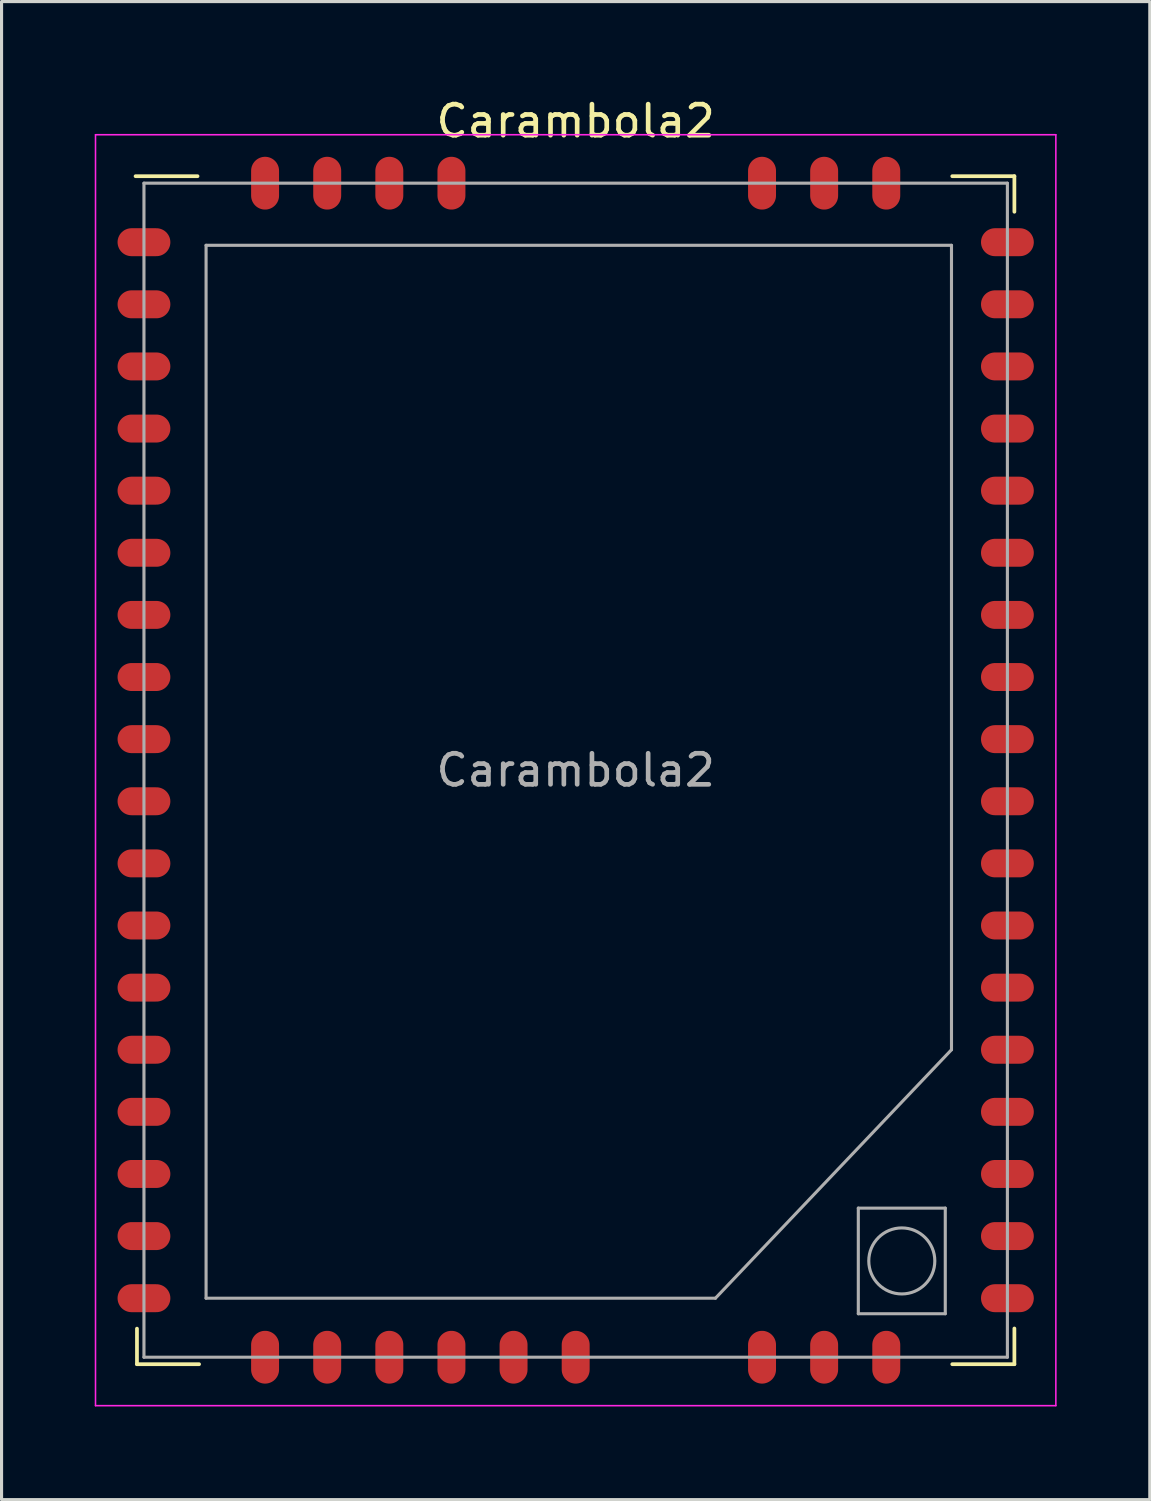
<source format=kicad_pcb>
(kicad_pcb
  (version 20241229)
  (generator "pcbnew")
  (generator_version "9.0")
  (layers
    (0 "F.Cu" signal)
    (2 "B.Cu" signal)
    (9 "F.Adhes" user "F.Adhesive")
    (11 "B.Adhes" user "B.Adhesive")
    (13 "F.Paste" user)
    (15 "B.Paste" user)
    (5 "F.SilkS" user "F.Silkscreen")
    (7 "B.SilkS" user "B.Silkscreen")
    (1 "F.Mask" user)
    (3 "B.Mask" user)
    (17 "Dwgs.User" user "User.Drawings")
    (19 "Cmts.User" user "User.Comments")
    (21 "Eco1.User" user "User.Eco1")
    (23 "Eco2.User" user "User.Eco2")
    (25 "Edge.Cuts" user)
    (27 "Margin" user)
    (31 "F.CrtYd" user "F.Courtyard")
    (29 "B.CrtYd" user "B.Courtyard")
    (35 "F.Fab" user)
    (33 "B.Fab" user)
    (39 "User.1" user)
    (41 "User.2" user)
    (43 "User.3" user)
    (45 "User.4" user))
  (footprint "Carambola2"
    (layer "F.Cu")
    (at 15.485 21.748)
    (property "Reference" "Carambola2" (at 0 -20.9 0) (layer "F.SilkS") (effects (font (size 1 1) (thickness 0.15))))
    (attr smd)
    (fp_line (start -14.17 -19.125) (end -12.175 -19.125) (stroke (width 0.12) (type solid)) (layer "F.SilkS"))
    (fp_line (start -14.125 17.98) (end -14.125 19.125) (stroke (width 0.12) (type solid)) (layer "F.SilkS"))
    (fp_line (start -12.125 19.125) (end -14.125 19.125) (stroke (width 0.12) (type solid)) (layer "F.SilkS"))
    (fp_line (start 12.125 -19.125) (end 14.125 -19.125) (stroke (width 0.12) (type solid)) (layer "F.SilkS"))
    (fp_line (start 12.125 19.125) (end 14.125 19.125) (stroke (width 0.12) (type solid)) (layer "F.SilkS"))
    (fp_line (start 14.125 -17.98) (end 14.125 -19.125) (stroke (width 0.12) (type solid)) (layer "F.SilkS"))
    (fp_line (start 14.125 17.975) (end 14.125 19.125) (stroke (width 0.12) (type solid)) (layer "F.SilkS"))
    (fp_line (start -15.46 -20.46) (end 15.46 -20.46) (stroke (width 0.05) (type solid)) (layer "F.CrtYd"))
    (fp_line (start -15.46 20.46) (end -15.46 -20.46) (stroke (width 0.05) (type solid)) (layer "F.CrtYd"))
    (fp_line (start 15.46 -20.46) (end 15.46 20.46) (stroke (width 0.05) (type solid)) (layer "F.CrtYd"))
    (fp_line (start 15.46 20.46) (end -15.46 20.46) (stroke (width 0.05) (type solid)) (layer "F.CrtYd"))
    (fp_line (start -13.9 -18.9) (end -13.9 18.9) (stroke (width 0.1) (type solid)) (layer "F.Fab"))
    (fp_line (start -13.9 18.9) (end 13.9 18.9) (stroke (width 0.1) (type solid)) (layer "F.Fab"))
    (fp_line (start -11.9 -16.9) (end -11.9 17) (stroke (width 0.1) (type solid)) (layer "F.Fab"))
    (fp_line (start -11.9 17) (end 4.5 17) (stroke (width 0.1) (type solid)) (layer "F.Fab"))
    (fp_line (start 4.5 17) (end 12.1 9) (stroke (width 0.1) (type solid)) (layer "F.Fab"))
    (fp_line (start 9.1 14.1) (end 11.9 14.1) (stroke (width 0.1) (type solid)) (layer "F.Fab"))
    (fp_line (start 9.1 17.5) (end 9.1 14.1) (stroke (width 0.1) (type solid)) (layer "F.Fab"))
    (fp_line (start 11.9 14.1) (end 11.9 17.5) (stroke (width 0.1) (type solid)) (layer "F.Fab"))
    (fp_line (start 11.9 17.5) (end 9.1 17.5) (stroke (width 0.1) (type solid)) (layer "F.Fab"))
    (fp_line (start 12.1 -16.9) (end -11.9 -16.9) (stroke (width 0.1) (type solid)) (layer "F.Fab"))
    (fp_line (start 12.1 9) (end 12.1 -16.9) (stroke (width 0.1) (type solid)) (layer "F.Fab"))
    (fp_line (start 13.9 -18.9) (end -13.9 -18.9) (stroke (width 0.1) (type solid)) (layer "F.Fab"))
    (fp_line (start 13.9 18.9) (end 13.9 -18.9) (stroke (width 0.1) (type solid)) (layer "F.Fab"))
    (fp_circle (center 10.5 15.8) (end 10.5 16.863) (stroke (width 0.1) (type solid)) (fill no) (layer "F.Fab"))
    (fp_text user "${REFERENCE}" (at 0 0 0) (layer "F.Fab") (effects (font (size 1 1) (thickness 0.15))))
    (pad "" smd custom (at -13.5 -17 180) (size 0.9 0.9) (layers "F.Paste") (options (anchor circle)) (primitives (gr_poly (pts (xy 1.27 0.45) (xy -0.01 0.45) (xy -0.01 -0.45) (xy 1.27 -0.45)) (width 0) (fill yes)) (gr_poly (pts (xy 1.63 0.63) (xy 0.76 0.63) (xy 0.76 -0.63) (xy 1.63 -0.63)) (width 0.2) (fill yes))))
    (pad "" smd custom (at -13.5 -15 180) (size 0.9 0.9) (layers "F.Paste") (options (anchor circle)) (primitives (gr_poly (pts (xy 1.27 0.45) (xy -0.01 0.45) (xy -0.01 -0.45) (xy 1.27 -0.45)) (width 0) (fill yes)) (gr_poly (pts (xy 1.63 0.63) (xy 0.76 0.63) (xy 0.76 -0.63) (xy 1.63 -0.63)) (width 0.2) (fill yes))))
    (pad "" smd custom (at -13.5 -13 180) (size 0.9 0.9) (layers "F.Paste") (options (anchor circle)) (primitives (gr_poly (pts (xy 1.27 0.45) (xy -0.01 0.45) (xy -0.01 -0.45) (xy 1.27 -0.45)) (width 0) (fill yes)) (gr_poly (pts (xy 1.63 0.63) (xy 0.76 0.63) (xy 0.76 -0.63) (xy 1.63 -0.63)) (width 0.2) (fill yes))))
    (pad "" smd custom (at -13.5 -9 180) (size 0.9 0.9) (layers "F.Paste") (options (anchor circle)) (primitives (gr_poly (pts (xy 1.27 0.45) (xy -0.01 0.45) (xy -0.01 -0.45) (xy 1.27 -0.45)) (width 0) (fill yes)) (gr_poly (pts (xy 1.63 0.63) (xy 0.76 0.63) (xy 0.76 -0.63) (xy 1.63 -0.63)) (width 0.2) (fill yes))))
    (pad "" smd custom (at -13.5 -7 180) (size 0.9 0.9) (layers "F.Paste") (options (anchor circle)) (primitives (gr_poly (pts (xy 1.27 0.45) (xy -0.01 0.45) (xy -0.01 -0.45) (xy 1.27 -0.45)) (width 0) (fill yes)) (gr_poly (pts (xy 1.63 0.63) (xy 0.76 0.63) (xy 0.76 -0.63) (xy 1.63 -0.63)) (width 0.2) (fill yes))))
    (pad "" smd custom (at -13.5 -5 180) (size 0.9 0.9) (layers "F.Paste") (options (anchor circle)) (primitives (gr_poly (pts (xy 1.27 0.45) (xy -0.01 0.45) (xy -0.01 -0.45) (xy 1.27 -0.45)) (width 0) (fill yes)) (gr_poly (pts (xy 1.63 0.63) (xy 0.76 0.63) (xy 0.76 -0.63) (xy 1.63 -0.63)) (width 0.2) (fill yes))))
    (pad "" smd custom (at -13.5 -3 180) (size 0.9 0.9) (layers "F.Paste") (options (anchor circle)) (primitives (gr_poly (pts (xy 1.27 0.45) (xy -0.01 0.45) (xy -0.01 -0.45) (xy 1.27 -0.45)) (width 0) (fill yes)) (gr_poly (pts (xy 1.63 0.63) (xy 0.76 0.63) (xy 0.76 -0.63) (xy 1.63 -0.63)) (width 0.2) (fill yes))))
    (pad "" smd custom (at -13.5 -1 180) (size 0.9 0.9) (layers "F.Paste") (options (anchor circle)) (primitives (gr_poly (pts (xy 1.27 0.45) (xy -0.01 0.45) (xy -0.01 -0.45) (xy 1.27 -0.45)) (width 0) (fill yes)) (gr_poly (pts (xy 1.63 0.63) (xy 0.76 0.63) (xy 0.76 -0.63) (xy 1.63 -0.63)) (width 0.2) (fill yes))))
    (pad "" smd custom (at -13.5 1 180) (size 0.9 0.9) (layers "F.Paste") (options (anchor circle)) (primitives (gr_poly (pts (xy 1.27 0.45) (xy -0.01 0.45) (xy -0.01 -0.45) (xy 1.27 -0.45)) (width 0) (fill yes)) (gr_poly (pts (xy 1.63 0.63) (xy 0.76 0.63) (xy 0.76 -0.63) (xy 1.63 -0.63)) (width 0.2) (fill yes))))
    (pad "" smd custom (at -13.5 3 180) (size 0.9 0.9) (layers "F.Paste") (options (anchor circle)) (primitives (gr_poly (pts (xy 1.27 0.45) (xy -0.01 0.45) (xy -0.01 -0.45) (xy 1.27 -0.45)) (width 0) (fill yes)) (gr_poly (pts (xy 1.63 0.63) (xy 0.76 0.63) (xy 0.76 -0.63) (xy 1.63 -0.63)) (width 0.2) (fill yes))))
    (pad "" smd custom (at -13.5 5 180) (size 0.9 0.9) (layers "F.Paste") (options (anchor circle)) (primitives (gr_poly (pts (xy 1.27 0.45) (xy -0.01 0.45) (xy -0.01 -0.45) (xy 1.27 -0.45)) (width 0) (fill yes)) (gr_poly (pts (xy 1.63 0.63) (xy 0.76 0.63) (xy 0.76 -0.63) (xy 1.63 -0.63)) (width 0.2) (fill yes))))
    (pad "" smd custom (at -13.5 7 180) (size 0.9 0.9) (layers "F.Paste") (options (anchor circle)) (primitives (gr_poly (pts (xy 1.27 0.45) (xy -0.01 0.45) (xy -0.01 -0.45) (xy 1.27 -0.45)) (width 0) (fill yes)) (gr_poly (pts (xy 1.63 0.63) (xy 0.76 0.63) (xy 0.76 -0.63) (xy 1.63 -0.63)) (width 0.2) (fill yes))))
    (pad "" smd custom (at -13.5 9 180) (size 0.9 0.9) (layers "F.Paste") (options (anchor circle)) (primitives (gr_poly (pts (xy 1.27 0.45) (xy -0.01 0.45) (xy -0.01 -0.45) (xy 1.27 -0.45)) (width 0) (fill yes)) (gr_poly (pts (xy 1.63 0.63) (xy 0.76 0.63) (xy 0.76 -0.63) (xy 1.63 -0.63)) (width 0.2) (fill yes))))
    (pad "" smd custom (at -13.5 11 180) (size 0.9 0.9) (layers "F.Paste") (options (anchor circle)) (primitives (gr_poly (pts (xy 1.27 0.45) (xy -0.01 0.45) (xy -0.01 -0.45) (xy 1.27 -0.45)) (width 0) (fill yes)) (gr_poly (pts (xy 1.63 0.63) (xy 0.76 0.63) (xy 0.76 -0.63) (xy 1.63 -0.63)) (width 0.2) (fill yes))))
    (pad "" smd custom (at -13.5 15 180) (size 0.9 0.9) (layers "F.Paste") (options (anchor circle)) (primitives (gr_poly (pts (xy 1.27 0.45) (xy -0.01 0.45) (xy -0.01 -0.45) (xy 1.27 -0.45)) (width 0) (fill yes)) (gr_poly (pts (xy 1.63 0.63) (xy 0.76 0.63) (xy 0.76 -0.63) (xy 1.63 -0.63)) (width 0.2) (fill yes))))
    (pad "" smd custom (at -13.5 17 180) (size 0.9 0.9) (layers "F.Paste") (options (anchor circle)) (primitives (gr_poly (pts (xy 1.27 0.45) (xy -0.01 0.45) (xy -0.01 -0.45) (xy 1.27 -0.45)) (width 0) (fill yes)) (gr_poly (pts (xy 1.63 0.63) (xy 0.76 0.63) (xy 0.76 -0.63) (xy 1.63 -0.63)) (width 0.2) (fill yes))))
    (pad "" smd custom (at -13.45 -11 180) (size 0.9 0.9) (layers "F.Paste") (options (anchor circle)) (primitives (gr_poly (pts (xy 1.27 0.45) (xy -0.01 0.45) (xy -0.01 -0.45) (xy 1.27 -0.45)) (width 0) (fill yes)) (gr_poly (pts (xy 1.63 0.63) (xy 0.76 0.63) (xy 0.76 -0.63) (xy 1.63 -0.63)) (width 0.2) (fill yes))))
    (pad "" smd custom (at -13.45 13 180) (size 0.9 0.9) (layers "F.Paste") (options (anchor circle)) (primitives (gr_poly (pts (xy 1.27 0.45) (xy -0.01 0.45) (xy -0.01 -0.45) (xy 1.27 -0.45)) (width 0) (fill yes)) (gr_poly (pts (xy 1.63 0.63) (xy 0.76 0.63) (xy 0.76 -0.63) (xy 1.63 -0.63)) (width 0.2) (fill yes))))
    (pad "" smd custom (at -10 -18.5 90) (size 0.9 0.9) (layers "F.Paste") (options (anchor circle)) (primitives (gr_poly (pts (xy 1.27 0.45) (xy -0.01 0.45) (xy -0.01 -0.45) (xy 1.27 -0.45)) (width 0) (fill yes)) (gr_poly (pts (xy 1.63 0.63) (xy 0.76 0.63) (xy 0.76 -0.63) (xy 1.63 -0.63)) (width 0.2) (fill yes))))
    (pad "" smd custom (at -10 18.5 270) (size 0.9 0.9) (layers "F.Paste") (options (anchor circle)) (primitives (gr_poly (pts (xy 1.27 0.45) (xy -0.01 0.45) (xy -0.01 -0.45) (xy 1.27 -0.45)) (width 0) (fill yes)) (gr_poly (pts (xy 1.63 0.63) (xy 0.76 0.63) (xy 0.76 -0.63) (xy 1.63 -0.63)) (width 0.2) (fill yes))))
    (pad "" smd custom (at -8 -18.5 90) (size 0.9 0.9) (layers "F.Paste") (options (anchor circle)) (primitives (gr_poly (pts (xy 1.27 0.45) (xy -0.01 0.45) (xy -0.01 -0.45) (xy 1.27 -0.45)) (width 0) (fill yes)) (gr_poly (pts (xy 1.63 0.63) (xy 0.76 0.63) (xy 0.76 -0.63) (xy 1.63 -0.63)) (width 0.2) (fill yes))))
    (pad "" smd custom (at -8 18.5 270) (size 0.9 0.9) (layers "F.Paste") (options (anchor circle)) (primitives (gr_poly (pts (xy 1.27 0.45) (xy -0.01 0.45) (xy -0.01 -0.45) (xy 1.27 -0.45)) (width 0) (fill yes)) (gr_poly (pts (xy 1.63 0.63) (xy 0.76 0.63) (xy 0.76 -0.63) (xy 1.63 -0.63)) (width 0.2) (fill yes))))
    (pad "" smd custom (at -6 -18.5 90) (size 0.9 0.9) (layers "F.Paste") (options (anchor circle)) (primitives (gr_poly (pts (xy 1.27 0.45) (xy -0.01 0.45) (xy -0.01 -0.45) (xy 1.27 -0.45)) (width 0) (fill yes)) (gr_poly (pts (xy 1.63 0.63) (xy 0.76 0.63) (xy 0.76 -0.63) (xy 1.63 -0.63)) (width 0.2) (fill yes))))
    (pad "" smd custom (at -6 18.5 270) (size 0.9 0.9) (layers "F.Paste") (options (anchor circle)) (primitives (gr_poly (pts (xy 1.27 0.45) (xy -0.01 0.45) (xy -0.01 -0.45) (xy 1.27 -0.45)) (width 0) (fill yes)) (gr_poly (pts (xy 1.63 0.63) (xy 0.76 0.63) (xy 0.76 -0.63) (xy 1.63 -0.63)) (width 0.2) (fill yes))))
    (pad "" smd custom (at -4 -18.5 90) (size 0.9 0.9) (layers "F.Paste") (options (anchor circle)) (primitives (gr_poly (pts (xy 1.27 0.45) (xy -0.01 0.45) (xy -0.01 -0.45) (xy 1.27 -0.45)) (width 0) (fill yes)) (gr_poly (pts (xy 1.63 0.63) (xy 0.76 0.63) (xy 0.76 -0.63) (xy 1.63 -0.63)) (width 0.2) (fill yes))))
    (pad "" smd custom (at -4 18.5 270) (size 0.9 0.9) (layers "F.Paste") (options (anchor circle)) (primitives (gr_poly (pts (xy 1.27 0.45) (xy -0.01 0.45) (xy -0.01 -0.45) (xy 1.27 -0.45)) (width 0) (fill yes)) (gr_poly (pts (xy 1.63 0.63) (xy 0.76 0.63) (xy 0.76 -0.63) (xy 1.63 -0.63)) (width 0.2) (fill yes))))
    (pad "" smd custom (at -2 18.5 270) (size 0.9 0.9) (layers "F.Paste") (options (anchor circle)) (primitives (gr_poly (pts (xy 1.27 0.45) (xy -0.01 0.45) (xy -0.01 -0.45) (xy 1.27 -0.45)) (width 0) (fill yes)) (gr_poly (pts (xy 1.63 0.63) (xy 0.76 0.63) (xy 0.76 -0.63) (xy 1.63 -0.63)) (width 0.2) (fill yes))))
    (pad "" smd custom (at 0 18.5 270) (size 0.9 0.9) (layers "F.Paste") (options (anchor circle)) (primitives (gr_poly (pts (xy 1.27 0.45) (xy -0.01 0.45) (xy -0.01 -0.45) (xy 1.27 -0.45)) (width 0) (fill yes)) (gr_poly (pts (xy 1.63 0.63) (xy 0.76 0.63) (xy 0.76 -0.63) (xy 1.63 -0.63)) (width 0.2) (fill yes))))
    (pad "" smd custom (at 6 -18.5 90) (size 0.9 0.9) (layers "F.Paste") (options (anchor circle)) (primitives (gr_poly (pts (xy 1.27 0.45) (xy -0.01 0.45) (xy -0.01 -0.45) (xy 1.27 -0.45)) (width 0) (fill yes)) (gr_poly (pts (xy 1.63 0.63) (xy 0.76 0.63) (xy 0.76 -0.63) (xy 1.63 -0.63)) (width 0.2) (fill yes))))
    (pad "" smd custom (at 6 18.5 270) (size 0.9 0.9) (layers "F.Paste") (options (anchor circle)) (primitives (gr_poly (pts (xy 1.27 0.45) (xy -0.01 0.45) (xy -0.01 -0.45) (xy 1.27 -0.45)) (width 0) (fill yes)) (gr_poly (pts (xy 1.63 0.63) (xy 0.76 0.63) (xy 0.76 -0.63) (xy 1.63 -0.63)) (width 0.2) (fill yes))))
    (pad "" smd custom (at 8 -18.5 90) (size 0.9 0.9) (layers "F.Paste") (options (anchor circle)) (primitives (gr_poly (pts (xy 1.27 0.45) (xy -0.01 0.45) (xy -0.01 -0.45) (xy 1.27 -0.45)) (width 0) (fill yes)) (gr_poly (pts (xy 1.63 0.63) (xy 0.76 0.63) (xy 0.76 -0.63) (xy 1.63 -0.63)) (width 0.2) (fill yes))))
    (pad "" smd custom (at 8 18.5 270) (size 0.9 0.9) (layers "F.Paste") (options (anchor circle)) (primitives (gr_poly (pts (xy 1.25 0.57) (xy 0.1 0.57) (xy 0.1 -0.58) (xy 1.25 -0.58)) (width 0.2) (fill yes))))
    (pad "" smd custom (at 10 -18.5 90) (size 0.9 0.9) (layers "F.Paste") (options (anchor circle)) (primitives (gr_poly (pts (xy 1.27 0.45) (xy -0.01 0.45) (xy -0.01 -0.45) (xy 1.27 -0.45)) (width 0) (fill yes)) (gr_poly (pts (xy 1.63 0.63) (xy 0.76 0.63) (xy 0.76 -0.63) (xy 1.63 -0.63)) (width 0.2) (fill yes))))
    (pad "" smd custom (at 10 18.5 270) (size 0.9 0.9) (layers "F.Paste") (options (anchor circle)) (primitives (gr_poly (pts (xy 1.27 0.45) (xy -0.01 0.45) (xy -0.01 -0.45) (xy 1.27 -0.45)) (width 0) (fill yes)) (gr_poly (pts (xy 1.63 0.63) (xy 0.76 0.63) (xy 0.76 -0.63) (xy 1.63 -0.63)) (width 0.2) (fill yes))))
    (pad "" smd custom (at 13.5 -17) (size 0.9 0.9) (layers "F.Paste") (options (anchor circle)) (primitives (gr_poly (pts (xy 1.27 0.45) (xy -0.01 0.45) (xy -0.01 -0.45) (xy 1.27 -0.45)) (width 0) (fill yes)) (gr_poly (pts (xy 1.63 0.63) (xy 0.76 0.63) (xy 0.76 -0.63) (xy 1.63 -0.63)) (width 0.2) (fill yes))))
    (pad "" smd custom (at 13.5 -15) (size 0.9 0.9) (layers "F.Paste") (options (anchor circle)) (primitives (gr_poly (pts (xy 1.27 0.45) (xy -0.01 0.45) (xy -0.01 -0.45) (xy 1.27 -0.45)) (width 0) (fill yes)) (gr_poly (pts (xy 1.63 0.63) (xy 0.76 0.63) (xy 0.76 -0.63) (xy 1.63 -0.63)) (width 0.2) (fill yes))))
    (pad "" smd custom (at 13.5 -13) (size 0.9 0.9) (layers "F.Paste") (options (anchor circle)) (primitives (gr_poly (pts (xy 1.27 0.45) (xy -0.01 0.45) (xy -0.01 -0.45) (xy 1.27 -0.45)) (width 0) (fill yes)) (gr_poly (pts (xy 1.63 0.63) (xy 0.76 0.63) (xy 0.76 -0.63) (xy 1.63 -0.63)) (width 0.2) (fill yes))))
    (pad "" smd custom (at 13.5 -11) (size 0.9 0.9) (layers "F.Paste") (options (anchor circle)) (primitives (gr_poly (pts (xy 1.27 0.45) (xy -0.01 0.45) (xy -0.01 -0.45) (xy 1.27 -0.45)) (width 0) (fill yes)) (gr_poly (pts (xy 1.63 0.63) (xy 0.76 0.63) (xy 0.76 -0.63) (xy 1.63 -0.63)) (width 0.2) (fill yes))))
    (pad "" smd custom (at 13.5 -9) (size 0.9 0.9) (layers "F.Paste") (options (anchor circle)) (primitives (gr_poly (pts (xy 1.27 0.45) (xy -0.01 0.45) (xy -0.01 -0.45) (xy 1.27 -0.45)) (width 0) (fill yes)) (gr_poly (pts (xy 1.63 0.63) (xy 0.76 0.63) (xy 0.76 -0.63) (xy 1.63 -0.63)) (width 0.2) (fill yes))))
    (pad "" smd custom (at 13.5 -7) (size 0.9 0.9) (layers "F.Paste") (options (anchor circle)) (primitives (gr_poly (pts (xy 1.27 0.45) (xy -0.01 0.45) (xy -0.01 -0.45) (xy 1.27 -0.45)) (width 0) (fill yes)) (gr_poly (pts (xy 1.63 0.63) (xy 0.76 0.63) (xy 0.76 -0.63) (xy 1.63 -0.63)) (width 0.2) (fill yes))))
    (pad "" smd custom (at 13.5 -5) (size 0.9 0.9) (layers "F.Paste") (options (anchor circle)) (primitives (gr_poly (pts (xy 1.27 0.45) (xy -0.01 0.45) (xy -0.01 -0.45) (xy 1.27 -0.45)) (width 0) (fill yes)) (gr_poly (pts (xy 1.63 0.63) (xy 0.76 0.63) (xy 0.76 -0.63) (xy 1.63 -0.63)) (width 0.2) (fill yes))))
    (pad "" smd custom (at 13.5 -3) (size 0.9 0.9) (layers "F.Paste") (options (anchor circle)) (primitives (gr_poly (pts (xy 1.27 0.45) (xy -0.01 0.45) (xy -0.01 -0.45) (xy 1.27 -0.45)) (width 0) (fill yes)) (gr_poly (pts (xy 1.63 0.63) (xy 0.76 0.63) (xy 0.76 -0.63) (xy 1.63 -0.63)) (width 0.2) (fill yes))))
    (pad "" smd custom (at 13.5 -1) (size 0.9 0.9) (layers "F.Paste") (options (anchor circle)) (primitives (gr_poly (pts (xy 1.27 0.45) (xy -0.01 0.45) (xy -0.01 -0.45) (xy 1.27 -0.45)) (width 0) (fill yes)) (gr_poly (pts (xy 1.63 0.63) (xy 0.76 0.63) (xy 0.76 -0.63) (xy 1.63 -0.63)) (width 0.2) (fill yes))))
    (pad "" smd custom (at 13.5 1) (size 0.9 0.9) (layers "F.Paste") (options (anchor circle)) (primitives (gr_poly (pts (xy 1.27 0.45) (xy -0.01 0.45) (xy -0.01 -0.45) (xy 1.27 -0.45)) (width 0) (fill yes)) (gr_poly (pts (xy 1.63 0.63) (xy 0.76 0.63) (xy 0.76 -0.63) (xy 1.63 -0.63)) (width 0.2) (fill yes))))
    (pad "" smd custom (at 13.5 3) (size 0.9 0.9) (layers "F.Paste") (options (anchor circle)) (primitives (gr_poly (pts (xy 1.27 0.45) (xy -0.01 0.45) (xy -0.01 -0.45) (xy 1.27 -0.45)) (width 0) (fill yes)) (gr_poly (pts (xy 1.63 0.63) (xy 0.76 0.63) (xy 0.76 -0.63) (xy 1.63 -0.63)) (width 0.2) (fill yes))))
    (pad "" smd custom (at 13.5 5) (size 0.9 0.9) (layers "F.Paste") (options (anchor circle)) (primitives (gr_poly (pts (xy 1.27 0.45) (xy -0.01 0.45) (xy -0.01 -0.45) (xy 1.27 -0.45)) (width 0) (fill yes)) (gr_poly (pts (xy 1.63 0.63) (xy 0.76 0.63) (xy 0.76 -0.63) (xy 1.63 -0.63)) (width 0.2) (fill yes))))
    (pad "" smd custom (at 13.5 7) (size 0.9 0.9) (layers "F.Paste") (options (anchor circle)) (primitives (gr_poly (pts (xy 1.27 0.45) (xy -0.01 0.45) (xy -0.01 -0.45) (xy 1.27 -0.45)) (width 0) (fill yes)) (gr_poly (pts (xy 1.63 0.63) (xy 0.76 0.63) (xy 0.76 -0.63) (xy 1.63 -0.63)) (width 0.2) (fill yes))))
    (pad "" smd custom (at 13.5 9) (size 0.9 0.9) (layers "F.Paste") (options (anchor circle)) (primitives (gr_poly (pts (xy 1.27 0.45) (xy -0.01 0.45) (xy -0.01 -0.45) (xy 1.27 -0.45)) (width 0) (fill yes)) (gr_poly (pts (xy 1.63 0.63) (xy 0.76 0.63) (xy 0.76 -0.63) (xy 1.63 -0.63)) (width 0.2) (fill yes))))
    (pad "" smd custom (at 13.5 11) (size 0.9 0.9) (layers "F.Paste") (options (anchor circle)) (primitives (gr_poly (pts (xy 1.27 0.45) (xy -0.01 0.45) (xy -0.01 -0.45) (xy 1.27 -0.45)) (width 0) (fill yes)) (gr_poly (pts (xy 1.63 0.63) (xy 0.76 0.63) (xy 0.76 -0.63) (xy 1.63 -0.63)) (width 0.2) (fill yes))))
    (pad "" smd custom (at 13.5 13) (size 0.9 0.9) (layers "F.Paste") (options (anchor circle)) (primitives (gr_poly (pts (xy 1.27 0.45) (xy -0.01 0.45) (xy -0.01 -0.45) (xy 1.27 -0.45)) (width 0) (fill yes)) (gr_poly (pts (xy 1.63 0.63) (xy 0.76 0.63) (xy 0.76 -0.63) (xy 1.63 -0.63)) (width 0.2) (fill yes))))
    (pad "" smd custom (at 13.5 15) (size 0.9 0.9) (layers "F.Paste") (options (anchor circle)) (primitives (gr_poly (pts (xy 1.27 0.45) (xy -0.01 0.45) (xy -0.01 -0.45) (xy 1.27 -0.45)) (width 0) (fill yes)) (gr_poly (pts (xy 1.63 0.63) (xy 0.76 0.63) (xy 0.76 -0.63) (xy 1.63 -0.63)) (width 0.2) (fill yes))))
    (pad "" smd custom (at 13.5 17) (size 0.9 0.9) (layers "F.Paste") (options (anchor circle)) (primitives (gr_poly (pts (xy 1.27 0.45) (xy -0.01 0.45) (xy -0.01 -0.45) (xy 1.27 -0.45)) (width 0) (fill yes)) (gr_poly (pts (xy 1.63 0.63) (xy 0.76 0.63) (xy 0.76 -0.63) (xy 1.63 -0.63)) (width 0.2) (fill yes))))
    (pad "1" smd oval (at -13.9 -17 90) (size 0.9 1.7) (layers "F.Cu" "F.Mask"))
    (pad "2" smd oval (at -13.9 -15 90) (size 0.9 1.7) (layers "F.Cu" "F.Mask"))
    (pad "3" smd oval (at -13.9 -13 90) (size 0.9 1.7) (layers "F.Cu" "F.Mask"))
    (pad "4" smd oval (at -13.9 -11 90) (size 0.9 1.7) (layers "F.Cu" "F.Mask"))
    (pad "5" smd oval (at -13.9 -9 90) (size 0.9 1.7) (layers "F.Cu" "F.Mask"))
    (pad "6" smd oval (at -13.9 -7 90) (size 0.9 1.7) (layers "F.Cu" "F.Mask"))
    (pad "7" smd oval (at -13.9 -5 90) (size 0.9 1.7) (layers "F.Cu" "F.Mask"))
    (pad "8" smd oval (at -13.9 -3 90) (size 0.9 1.7) (layers "F.Cu" "F.Mask"))
    (pad "9" smd oval (at -13.9 -1 90) (size 0.9 1.7) (layers "F.Cu" "F.Mask"))
    (pad "10" smd oval (at -13.9 1 90) (size 0.9 1.7) (layers "F.Cu" "F.Mask"))
    (pad "11" smd oval (at -13.9 3 90) (size 0.9 1.7) (layers "F.Cu" "F.Mask"))
    (pad "12" smd oval (at -13.9 5 90) (size 0.9 1.7) (layers "F.Cu" "F.Mask"))
    (pad "13" smd oval (at -13.9 7 90) (size 0.9 1.7) (layers "F.Cu" "F.Mask"))
    (pad "14" smd oval (at -13.9 9 270) (size 0.9 1.7) (layers "F.Cu" "F.Mask"))
    (pad "15" smd oval (at -13.9 11 270) (size 0.9 1.7) (layers "F.Cu" "F.Mask"))
    (pad "16" smd oval (at -13.9 13 270) (size 0.9 1.7) (layers "F.Cu" "F.Mask"))
    (pad "17" smd oval (at -13.9 15 270) (size 0.9 1.7) (layers "F.Cu" "F.Mask"))
    (pad "18" smd oval (at -13.9 17 270) (size 0.9 1.7) (layers "F.Cu" "F.Mask"))
    (pad "19" smd oval (at -10 18.9) (size 0.9 1.7) (layers "F.Cu" "F.Mask"))
    (pad "20" smd oval (at -8 18.9) (size 0.9 1.7) (layers "F.Cu" "F.Mask"))
    (pad "21" smd oval (at -6 18.9) (size 0.9 1.7) (layers "F.Cu" "F.Mask"))
    (pad "22" smd oval (at -4 18.9) (size 0.9 1.7) (layers "F.Cu" "F.Mask"))
    (pad "23" smd oval (at -2 18.9) (size 0.9 1.7) (layers "F.Cu" "F.Mask"))
    (pad "24" smd oval (at 0 18.9) (size 0.9 1.7) (layers "F.Cu" "F.Mask"))
    (pad "25" smd oval (at 6 18.9) (size 0.9 1.7) (layers "F.Cu" "F.Mask"))
    (pad "26" smd oval (at 8 18.9) (size 0.9 1.7) (layers "F.Cu" "F.Mask"))
    (pad "27" smd oval (at 10 18.9) (size 0.9 1.7) (layers "F.Cu" "F.Mask"))
    (pad "28" smd oval (at 13.9 17 90) (size 0.9 1.7) (layers "F.Cu" "F.Mask"))
    (pad "29" smd oval (at 13.9 15 90) (size 0.9 1.7) (layers "F.Cu" "F.Mask"))
    (pad "30" smd oval (at 13.9 13 90) (size 0.9 1.7) (layers "F.Cu" "F.Mask"))
    (pad "31" smd oval (at 13.9 11 90) (size 0.9 1.7) (layers "F.Cu" "F.Mask"))
    (pad "32" smd oval (at 13.9 9 90) (size 0.9 1.7) (layers "F.Cu" "F.Mask"))
    (pad "33" smd oval (at 13.9 7 90) (size 0.9 1.7) (layers "F.Cu" "F.Mask"))
    (pad "34" smd oval (at 13.9 5 90) (size 0.9 1.7) (layers "F.Cu" "F.Mask"))
    (pad "35" smd oval (at 13.9 3 90) (size 0.9 1.7) (layers "F.Cu" "F.Mask"))
    (pad "36" smd oval (at 13.9 1 90) (size 0.9 1.7) (layers "F.Cu" "F.Mask"))
    (pad "37" smd oval (at 13.9 -1 90) (size 0.9 1.7) (layers "F.Cu" "F.Mask"))
    (pad "38" smd oval (at 13.9 -3 90) (size 0.9 1.7) (layers "F.Cu" "F.Mask"))
    (pad "39" smd oval (at 13.9 -5 90) (size 0.9 1.7) (layers "F.Cu" "F.Mask"))
    (pad "40" smd oval (at 13.9 -7 270) (size 0.9 1.7) (layers "F.Cu" "F.Mask"))
    (pad "41" smd oval (at 13.9 -9 270) (size 0.9 1.7) (layers "F.Cu" "F.Mask"))
    (pad "42" smd oval (at 13.9 -11 270) (size 0.9 1.7) (layers "F.Cu" "F.Mask"))
    (pad "43" smd oval (at 13.9 -13 270) (size 0.9 1.7) (layers "F.Cu" "F.Mask"))
    (pad "44" smd oval (at 13.9 -15 270) (size 0.9 1.7) (layers "F.Cu" "F.Mask"))
    (pad "45" smd oval (at 13.9 -17 270) (size 0.9 1.7) (layers "F.Cu" "F.Mask"))
    (pad "46" smd oval (at 10 -18.9) (size 0.9 1.7) (layers "F.Cu" "F.Mask"))
    (pad "47" smd oval (at 8 -18.9) (size 0.9 1.7) (layers "F.Cu" "F.Mask"))
    (pad "48" smd oval (at 6 -18.9) (size 0.9 1.7) (layers "F.Cu" "F.Mask"))
    (pad "49" smd oval (at -4 -18.9) (size 0.9 1.7) (layers "F.Cu" "F.Mask"))
    (pad "50" smd oval (at -6 -18.9) (size 0.9 1.7) (layers "F.Cu" "F.Mask"))
    (pad "51" smd oval (at -8 -18.9) (size 0.9 1.7) (layers "F.Cu" "F.Mask"))
    (pad "52" smd oval (at -10 -18.9) (size 0.9 1.7) (layers "F.Cu" "F.Mask")))
  (gr_rect
    (start -3 -3)
    (end 33.97 45.233)
    (stroke (width 0.1) (type default))
    (fill no)
    (layer "Edge.Cuts")))
</source>
